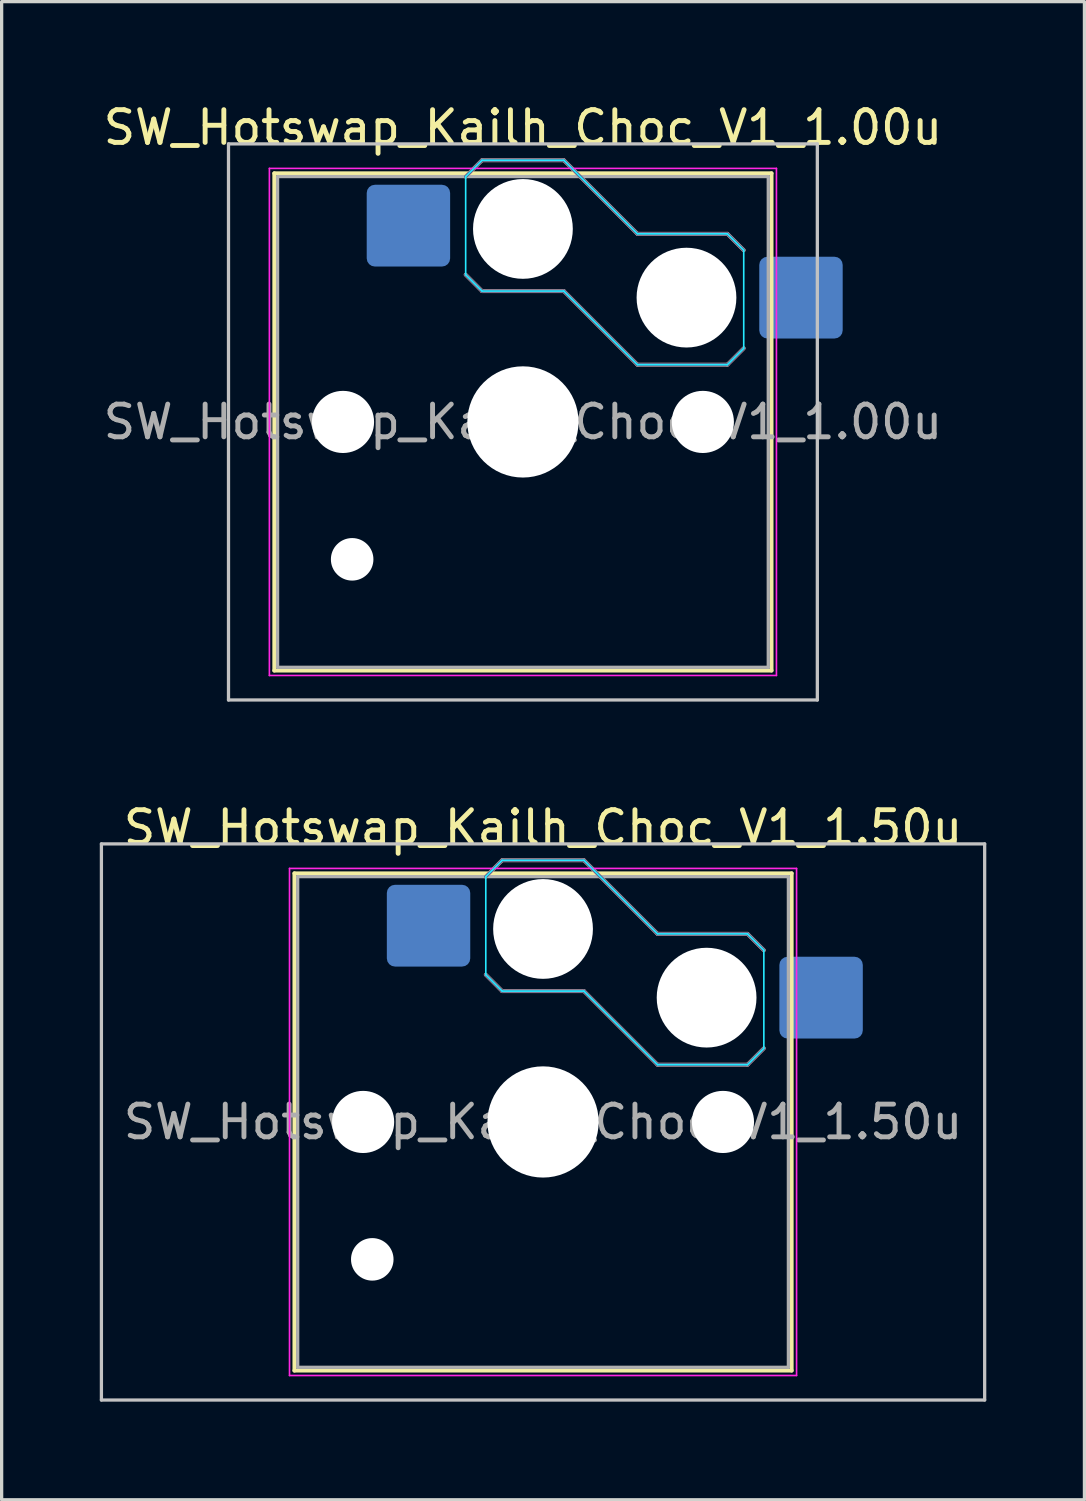
<source format=kicad_pcb>
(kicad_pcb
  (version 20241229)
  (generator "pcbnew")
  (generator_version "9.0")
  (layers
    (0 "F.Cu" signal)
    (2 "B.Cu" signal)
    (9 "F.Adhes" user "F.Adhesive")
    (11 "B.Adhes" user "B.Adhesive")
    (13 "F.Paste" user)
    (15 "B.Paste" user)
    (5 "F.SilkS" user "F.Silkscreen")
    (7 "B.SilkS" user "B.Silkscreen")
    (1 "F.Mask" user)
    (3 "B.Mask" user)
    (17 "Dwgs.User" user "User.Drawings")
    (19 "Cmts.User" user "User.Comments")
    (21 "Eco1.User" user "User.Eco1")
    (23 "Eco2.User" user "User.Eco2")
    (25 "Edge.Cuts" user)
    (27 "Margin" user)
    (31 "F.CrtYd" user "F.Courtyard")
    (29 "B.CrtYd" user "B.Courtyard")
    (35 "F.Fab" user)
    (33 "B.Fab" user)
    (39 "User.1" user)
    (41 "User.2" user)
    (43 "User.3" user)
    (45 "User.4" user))
  (footprint "SW_Hotswap_Kailh_Choc_V1_1.50u"
    (layer "F.Cu")
    (at 13.55 31.247)
    (property "Reference" "SW_Hotswap_Kailh_Choc_V1_1.50u" (at 0 -9 0) (layer "F.SilkS") (effects (font (size 1 1) (thickness 0.15))))
    (attr smd)
    (fp_line (start -7.6 -7.6) (end -7.6 7.6) (stroke (width 0.12) (type solid)) (layer "F.SilkS"))
    (fp_line (start -7.6 7.6) (end 7.6 7.6) (stroke (width 0.12) (type solid)) (layer "F.SilkS"))
    (fp_line (start 7.6 -7.6) (end -7.6 -7.6) (stroke (width 0.12) (type solid)) (layer "F.SilkS"))
    (fp_line (start 7.6 7.6) (end 7.6 -7.6) (stroke (width 0.12) (type solid)) (layer "F.SilkS"))
    (fp_line (start -1.75 -7.5) (end -1.25 -8) (stroke (width 0.12) (type solid)) (layer "B.SilkS"))
    (fp_line (start -1.25 -8) (end 1.25 -8) (stroke (width 0.12) (type solid)) (layer "B.SilkS"))
    (fp_line (start -1.25 -4) (end -1.75 -4.5) (stroke (width 0.12) (type solid)) (layer "B.SilkS"))
    (fp_line (start 1.25 -8) (end 3.5 -5.75) (stroke (width 0.12) (type solid)) (layer "B.SilkS"))
    (fp_line (start 1.25 -4) (end -1.25 -4) (stroke (width 0.12) (type solid)) (layer "B.SilkS"))
    (fp_line (start 3.5 -5.75) (end 6.25 -5.75) (stroke (width 0.12) (type solid)) (layer "B.SilkS"))
    (fp_line (start 3.5 -1.75) (end 1.25 -4) (stroke (width 0.12) (type solid)) (layer "B.SilkS"))
    (fp_line (start 6.25 -5.75) (end 6.75 -5.25) (stroke (width 0.12) (type solid)) (layer "B.SilkS"))
    (fp_line (start 6.25 -1.75) (end 3.5 -1.75) (stroke (width 0.12) (type solid)) (layer "B.SilkS"))
    (fp_line (start 6.75 -2.25) (end 6.25 -1.75) (stroke (width 0.12) (type solid)) (layer "B.SilkS"))
    (fp_line (start -13.5 -8.5) (end -13.5 8.5) (stroke (width 0.1) (type solid)) (layer "Dwgs.User"))
    (fp_line (start -13.5 8.5) (end 13.5 8.5) (stroke (width 0.1) (type solid)) (layer "Dwgs.User"))
    (fp_line (start 13.5 -8.5) (end -13.5 -8.5) (stroke (width 0.1) (type solid)) (layer "Dwgs.User"))
    (fp_line (start 13.5 8.5) (end 13.5 -8.5) (stroke (width 0.1) (type solid)) (layer "Dwgs.User"))
    (fp_line (start -7.25 -7.25) (end -7.25 7.25) (stroke (width 0.1) (type solid)) (layer "Eco1.User"))
    (fp_line (start -7.25 7.25) (end 7.25 7.25) (stroke (width 0.1) (type solid)) (layer "Eco1.User"))
    (fp_line (start 7.25 -7.25) (end -7.25 -7.25) (stroke (width 0.1) (type solid)) (layer "Eco1.User"))
    (fp_line (start 7.25 7.25) (end 7.25 -7.25) (stroke (width 0.1) (type solid)) (layer "Eco1.User"))
    (fp_line (start -1.75 -7.5) (end -1.25 -8) (stroke (width 0.05) (type solid)) (layer "B.CrtYd"))
    (fp_line (start -1.75 -4.5) (end -1.75 -7.5) (stroke (width 0.05) (type solid)) (layer "B.CrtYd"))
    (fp_line (start -1.25 -8) (end 1.25 -8) (stroke (width 0.05) (type solid)) (layer "B.CrtYd"))
    (fp_line (start -1.25 -4) (end -1.75 -4.5) (stroke (width 0.05) (type solid)) (layer "B.CrtYd"))
    (fp_line (start 1.25 -8) (end 3.5 -5.75) (stroke (width 0.05) (type solid)) (layer "B.CrtYd"))
    (fp_line (start 1.25 -4) (end -1.25 -4) (stroke (width 0.05) (type solid)) (layer "B.CrtYd"))
    (fp_line (start 3.5 -5.75) (end 6.25 -5.75) (stroke (width 0.05) (type solid)) (layer "B.CrtYd"))
    (fp_line (start 3.5 -1.75) (end 1.25 -4) (stroke (width 0.05) (type solid)) (layer "B.CrtYd"))
    (fp_line (start 6.25 -5.75) (end 6.75 -5.25) (stroke (width 0.05) (type solid)) (layer "B.CrtYd"))
    (fp_line (start 6.25 -1.75) (end 3.5 -1.75) (stroke (width 0.05) (type solid)) (layer "B.CrtYd"))
    (fp_line (start 6.75 -5.25) (end 6.75 -2.25) (stroke (width 0.05) (type solid)) (layer "B.CrtYd"))
    (fp_line (start 6.75 -2.25) (end 6.25 -1.75) (stroke (width 0.05) (type solid)) (layer "B.CrtYd"))
    (fp_line (start -7.75 -7.75) (end -7.75 7.75) (stroke (width 0.05) (type solid)) (layer "F.CrtYd"))
    (fp_line (start -7.75 7.75) (end 7.75 7.75) (stroke (width 0.05) (type solid)) (layer "F.CrtYd"))
    (fp_line (start 7.75 -7.75) (end -7.75 -7.75) (stroke (width 0.05) (type solid)) (layer "F.CrtYd"))
    (fp_line (start 7.75 7.75) (end 7.75 -7.75) (stroke (width 0.05) (type solid)) (layer "F.CrtYd"))
    (fp_line (start -1.75 -7.5) (end -1.25 -8) (stroke (width 0.1) (type solid)) (layer "B.Fab"))
    (fp_line (start -1.25 -8) (end 1.25 -8) (stroke (width 0.1) (type solid)) (layer "B.Fab"))
    (fp_line (start -1.25 -4) (end -1.75 -4.5) (stroke (width 0.1) (type solid)) (layer "B.Fab"))
    (fp_line (start 1.25 -8) (end 3.5 -5.75) (stroke (width 0.1) (type solid)) (layer "B.Fab"))
    (fp_line (start 1.25 -4) (end -1.25 -4) (stroke (width 0.1) (type solid)) (layer "B.Fab"))
    (fp_line (start 3.5 -5.75) (end 6.25 -5.75) (stroke (width 0.1) (type solid)) (layer "B.Fab"))
    (fp_line (start 3.5 -1.75) (end 1.25 -4) (stroke (width 0.1) (type solid)) (layer "B.Fab"))
    (fp_line (start 6.25 -5.75) (end 6.75 -5.25) (stroke (width 0.1) (type solid)) (layer "B.Fab"))
    (fp_line (start 6.25 -1.75) (end 3.5 -1.75) (stroke (width 0.1) (type solid)) (layer "B.Fab"))
    (fp_line (start 6.75 -2.25) (end 6.25 -1.75) (stroke (width 0.1) (type solid)) (layer "B.Fab"))
    (fp_line (start -7.5 -7.5) (end -7.5 7.5) (stroke (width 0.1) (type solid)) (layer "F.Fab"))
    (fp_line (start -7.5 7.5) (end 7.5 7.5) (stroke (width 0.1) (type solid)) (layer "F.Fab"))
    (fp_line (start 7.5 -7.5) (end -7.5 -7.5) (stroke (width 0.1) (type solid)) (layer "F.Fab"))
    (fp_line (start 7.5 7.5) (end 7.5 -7.5) (stroke (width 0.1) (type solid)) (layer "F.Fab"))
    (fp_text user "${REFERENCE}" (at 0 0 0) (layer "F.Fab") (effects (font (size 1 1) (thickness 0.15))))
    (pad "" np_thru_hole circle (at -5.5 0) (size 1.9 1.9) (drill 1.9) (layers "*.Cu" "*.Mask"))
    (pad "" np_thru_hole circle (at -5.22 4.2) (size 1.3 1.3) (drill 1.3) (layers "*.Cu" "*.Mask"))
    (pad "" np_thru_hole circle (at 0 -5.9) (size 3.05 3.05) (drill 3.05) (layers "*.Cu" "*.Mask"))
    (pad "" np_thru_hole circle (at 0 0) (size 3.4 3.4) (drill 3.4) (layers "*.Cu" "*.Mask"))
    (pad "" np_thru_hole circle (at 5 -3.8) (size 3.05 3.05) (drill 3.05) (layers "*.Cu" "*.Mask"))
    (pad "" np_thru_hole circle (at 5.5 0) (size 1.9 1.9) (drill 1.9) (layers "*.Cu" "*.Mask"))
    (pad "1" smd roundrect (at -3.5 -6) (size 2.55 2.5) (layers "B.Cu" "B.Mask" "B.Paste") (roundrect_rratio 0.1))
    (pad "2" smd roundrect (at 8.5 -3.8) (size 2.55 2.5) (layers "B.Cu" "B.Mask" "B.Paste") (roundrect_rratio 0.1)))
  (footprint "SW_Hotswap_Kailh_Choc_V1_1.00u"
    (layer "F.Cu")
    (at 12.935 9.848)
    (property "Reference" "SW_Hotswap_Kailh_Choc_V1_1.00u" (at 0 -9 0) (layer "F.SilkS") (effects (font (size 1 1) (thickness 0.15))))
    (attr smd)
    (fp_line (start -7.6 -7.6) (end -7.6 7.6) (stroke (width 0.12) (type solid)) (layer "F.SilkS"))
    (fp_line (start -7.6 7.6) (end 7.6 7.6) (stroke (width 0.12) (type solid)) (layer "F.SilkS"))
    (fp_line (start 7.6 -7.6) (end -7.6 -7.6) (stroke (width 0.12) (type solid)) (layer "F.SilkS"))
    (fp_line (start 7.6 7.6) (end 7.6 -7.6) (stroke (width 0.12) (type solid)) (layer "F.SilkS"))
    (fp_line (start -1.75 -7.5) (end -1.25 -8) (stroke (width 0.12) (type solid)) (layer "B.SilkS"))
    (fp_line (start -1.25 -8) (end 1.25 -8) (stroke (width 0.12) (type solid)) (layer "B.SilkS"))
    (fp_line (start -1.25 -4) (end -1.75 -4.5) (stroke (width 0.12) (type solid)) (layer "B.SilkS"))
    (fp_line (start 1.25 -8) (end 3.5 -5.75) (stroke (width 0.12) (type solid)) (layer "B.SilkS"))
    (fp_line (start 1.25 -4) (end -1.25 -4) (stroke (width 0.12) (type solid)) (layer "B.SilkS"))
    (fp_line (start 3.5 -5.75) (end 6.25 -5.75) (stroke (width 0.12) (type solid)) (layer "B.SilkS"))
    (fp_line (start 3.5 -1.75) (end 1.25 -4) (stroke (width 0.12) (type solid)) (layer "B.SilkS"))
    (fp_line (start 6.25 -5.75) (end 6.75 -5.25) (stroke (width 0.12) (type solid)) (layer "B.SilkS"))
    (fp_line (start 6.25 -1.75) (end 3.5 -1.75) (stroke (width 0.12) (type solid)) (layer "B.SilkS"))
    (fp_line (start 6.75 -2.25) (end 6.25 -1.75) (stroke (width 0.12) (type solid)) (layer "B.SilkS"))
    (fp_line (start -9 -8.5) (end -9 8.5) (stroke (width 0.1) (type solid)) (layer "Dwgs.User"))
    (fp_line (start -9 8.5) (end 9 8.5) (stroke (width 0.1) (type solid)) (layer "Dwgs.User"))
    (fp_line (start 9 -8.5) (end -9 -8.5) (stroke (width 0.1) (type solid)) (layer "Dwgs.User"))
    (fp_line (start 9 8.5) (end 9 -8.5) (stroke (width 0.1) (type solid)) (layer "Dwgs.User"))
    (fp_line (start -7.25 -7.25) (end -7.25 7.25) (stroke (width 0.1) (type solid)) (layer "Eco1.User"))
    (fp_line (start -7.25 7.25) (end 7.25 7.25) (stroke (width 0.1) (type solid)) (layer "Eco1.User"))
    (fp_line (start 7.25 -7.25) (end -7.25 -7.25) (stroke (width 0.1) (type solid)) (layer "Eco1.User"))
    (fp_line (start 7.25 7.25) (end 7.25 -7.25) (stroke (width 0.1) (type solid)) (layer "Eco1.User"))
    (fp_line (start -1.75 -7.5) (end -1.25 -8) (stroke (width 0.05) (type solid)) (layer "B.CrtYd"))
    (fp_line (start -1.75 -4.5) (end -1.75 -7.5) (stroke (width 0.05) (type solid)) (layer "B.CrtYd"))
    (fp_line (start -1.25 -8) (end 1.25 -8) (stroke (width 0.05) (type solid)) (layer "B.CrtYd"))
    (fp_line (start -1.25 -4) (end -1.75 -4.5) (stroke (width 0.05) (type solid)) (layer "B.CrtYd"))
    (fp_line (start 1.25 -8) (end 3.5 -5.75) (stroke (width 0.05) (type solid)) (layer "B.CrtYd"))
    (fp_line (start 1.25 -4) (end -1.25 -4) (stroke (width 0.05) (type solid)) (layer "B.CrtYd"))
    (fp_line (start 3.5 -5.75) (end 6.25 -5.75) (stroke (width 0.05) (type solid)) (layer "B.CrtYd"))
    (fp_line (start 3.5 -1.75) (end 1.25 -4) (stroke (width 0.05) (type solid)) (layer "B.CrtYd"))
    (fp_line (start 6.25 -5.75) (end 6.75 -5.25) (stroke (width 0.05) (type solid)) (layer "B.CrtYd"))
    (fp_line (start 6.25 -1.75) (end 3.5 -1.75) (stroke (width 0.05) (type solid)) (layer "B.CrtYd"))
    (fp_line (start 6.75 -5.25) (end 6.75 -2.25) (stroke (width 0.05) (type solid)) (layer "B.CrtYd"))
    (fp_line (start 6.75 -2.25) (end 6.25 -1.75) (stroke (width 0.05) (type solid)) (layer "B.CrtYd"))
    (fp_line (start -7.75 -7.75) (end -7.75 7.75) (stroke (width 0.05) (type solid)) (layer "F.CrtYd"))
    (fp_line (start -7.75 7.75) (end 7.75 7.75) (stroke (width 0.05) (type solid)) (layer "F.CrtYd"))
    (fp_line (start 7.75 -7.75) (end -7.75 -7.75) (stroke (width 0.05) (type solid)) (layer "F.CrtYd"))
    (fp_line (start 7.75 7.75) (end 7.75 -7.75) (stroke (width 0.05) (type solid)) (layer "F.CrtYd"))
    (fp_line (start -1.75 -7.5) (end -1.25 -8) (stroke (width 0.1) (type solid)) (layer "B.Fab"))
    (fp_line (start -1.25 -8) (end 1.25 -8) (stroke (width 0.1) (type solid)) (layer "B.Fab"))
    (fp_line (start -1.25 -4) (end -1.75 -4.5) (stroke (width 0.1) (type solid)) (layer "B.Fab"))
    (fp_line (start 1.25 -8) (end 3.5 -5.75) (stroke (width 0.1) (type solid)) (layer "B.Fab"))
    (fp_line (start 1.25 -4) (end -1.25 -4) (stroke (width 0.1) (type solid)) (layer "B.Fab"))
    (fp_line (start 3.5 -5.75) (end 6.25 -5.75) (stroke (width 0.1) (type solid)) (layer "B.Fab"))
    (fp_line (start 3.5 -1.75) (end 1.25 -4) (stroke (width 0.1) (type solid)) (layer "B.Fab"))
    (fp_line (start 6.25 -5.75) (end 6.75 -5.25) (stroke (width 0.1) (type solid)) (layer "B.Fab"))
    (fp_line (start 6.25 -1.75) (end 3.5 -1.75) (stroke (width 0.1) (type solid)) (layer "B.Fab"))
    (fp_line (start 6.75 -2.25) (end 6.25 -1.75) (stroke (width 0.1) (type solid)) (layer "B.Fab"))
    (fp_line (start -7.5 -7.5) (end -7.5 7.5) (stroke (width 0.1) (type solid)) (layer "F.Fab"))
    (fp_line (start -7.5 7.5) (end 7.5 7.5) (stroke (width 0.1) (type solid)) (layer "F.Fab"))
    (fp_line (start 7.5 -7.5) (end -7.5 -7.5) (stroke (width 0.1) (type solid)) (layer "F.Fab"))
    (fp_line (start 7.5 7.5) (end 7.5 -7.5) (stroke (width 0.1) (type solid)) (layer "F.Fab"))
    (fp_text user "${REFERENCE}" (at 0 0 0) (layer "F.Fab") (effects (font (size 1 1) (thickness 0.15))))
    (pad "" np_thru_hole circle (at -5.5 0) (size 1.9 1.9) (drill 1.9) (layers "*.Cu" "*.Mask"))
    (pad "" np_thru_hole circle (at -5.22 4.2) (size 1.3 1.3) (drill 1.3) (layers "*.Cu" "*.Mask"))
    (pad "" np_thru_hole circle (at 0 -5.9) (size 3.05 3.05) (drill 3.05) (layers "*.Cu" "*.Mask"))
    (pad "" np_thru_hole circle (at 0 0) (size 3.4 3.4) (drill 3.4) (layers "*.Cu" "*.Mask"))
    (pad "" np_thru_hole circle (at 5 -3.8) (size 3.05 3.05) (drill 3.05) (layers "*.Cu" "*.Mask"))
    (pad "" np_thru_hole circle (at 5.5 0) (size 1.9 1.9) (drill 1.9) (layers "*.Cu" "*.Mask"))
    (pad "1" smd roundrect (at -3.5 -6) (size 2.55 2.5) (layers "B.Cu" "B.Mask" "B.Paste") (roundrect_rratio 0.1))
    (pad "2" smd roundrect (at 8.5 -3.8) (size 2.55 2.5) (layers "B.Cu" "B.Mask" "B.Paste") (roundrect_rratio 0.1)))
  (gr_rect
    (start -3 -3)
    (end 30.1 42.797)
    (stroke (width 0.1) (type default))
    (fill no)
    (layer "Edge.Cuts")))
</source>
